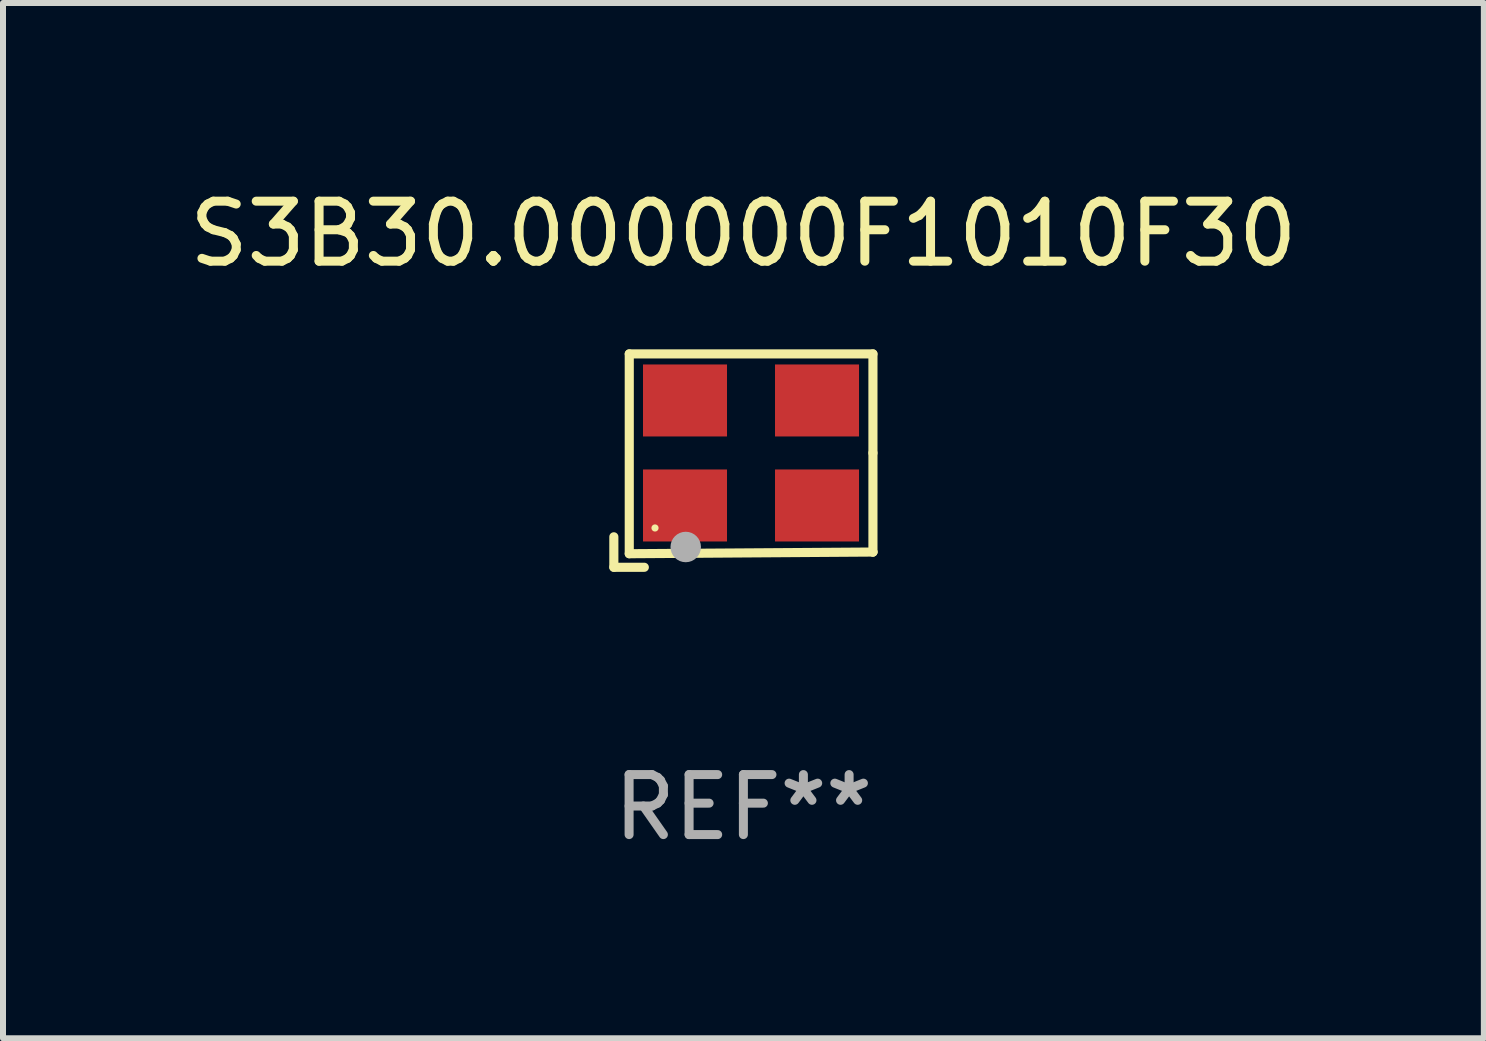
<source format=kicad_pcb>
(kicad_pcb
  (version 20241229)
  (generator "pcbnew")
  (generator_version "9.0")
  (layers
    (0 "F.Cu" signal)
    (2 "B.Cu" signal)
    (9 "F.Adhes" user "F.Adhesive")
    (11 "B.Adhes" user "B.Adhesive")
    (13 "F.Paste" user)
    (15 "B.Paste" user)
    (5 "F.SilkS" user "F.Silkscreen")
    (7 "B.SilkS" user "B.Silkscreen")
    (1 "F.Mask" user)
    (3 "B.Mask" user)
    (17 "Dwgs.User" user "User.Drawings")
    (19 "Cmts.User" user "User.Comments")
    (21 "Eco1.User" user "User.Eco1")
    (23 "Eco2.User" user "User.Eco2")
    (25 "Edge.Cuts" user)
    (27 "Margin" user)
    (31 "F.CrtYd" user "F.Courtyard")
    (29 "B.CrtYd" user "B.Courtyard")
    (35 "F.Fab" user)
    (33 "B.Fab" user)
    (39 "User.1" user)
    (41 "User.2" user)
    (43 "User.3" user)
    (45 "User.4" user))
  (footprint "S3B30.000000F1010F30"
    (layer "F.Cu")
    (at 9.339 4.626)
    (property "Reference" "S3B30.000000F1010F30" (at 0 -3.778 0) (layer "F.SilkS") (effects (font (size 1 1) (thickness 0.15))))
    (attr through_hole)
    (fp_line (start -2.159 1.27) (end -2.159 1.778) (stroke (width 0.152) (type solid)) (layer "F.SilkS"))
    (fp_line (start -2.159 1.778) (end -1.651 1.778) (stroke (width 0.152) (type solid)) (layer "F.SilkS"))
    (fp_line (start -1.902 -1.778) (end 2.159 -1.778) (stroke (width 0.152) (type solid)) (layer "F.SilkS"))
    (fp_line (start -1.902 1.552) (end -1.902 -1.778) (stroke (width 0.152) (type solid)) (layer "F.SilkS"))
    (fp_line (start 2.159 -1.778) (end 2.159 -0.127) (stroke (width 0.152) (type solid)) (layer "F.SilkS"))
    (fp_line (start 2.159 -0.127) (end 2.159 1.524) (stroke (width 0.152) (type solid)) (layer "F.SilkS"))
    (fp_line (start 2.159 1.524) (end -1.902 1.552) (stroke (width 0.152) (type solid)) (layer "F.SilkS"))
    (fp_line (start 2.159 1.524) (end 2.159 1.524) (stroke (width 0.152) (type solid)) (layer "F.SilkS"))
    (fp_circle (center -1.473 1.123) (end -1.443 1.123) (stroke (width 0.06) (type solid)) (fill no) (layer "F.SilkS"))
    (fp_circle (center -0.961 1.44) (end -0.834 1.44) (stroke (width 0.254) (type solid)) (fill no) (layer "F.Fab"))
    (fp_text user "REF**" (at 0 5.778 0) (layer "F.Fab") (effects (font (size 1 1) (thickness 0.15))))
    (pad "1" smd rect (at -0.973 0.748) (size 1.4 1.2) (layers "F.Cu" "F.Mask" "F.Paste"))
    (pad "2" smd rect (at 1.227 0.748) (size 1.4 1.2) (layers "F.Cu" "F.Mask" "F.Paste"))
    (pad "3" smd rect (at 1.227 -1.002) (size 1.4 1.2) (layers "F.Cu" "F.Mask" "F.Paste"))
    (pad "4" smd rect (at -0.973 -1.002) (size 1.4 1.2) (layers "F.Cu" "F.Mask" "F.Paste")))
  (gr_rect
    (start -3 -3)
    (end 21.679 14.253)
    (stroke (width 0.1) (type default))
    (fill no)
    (layer "Edge.Cuts")))
</source>
